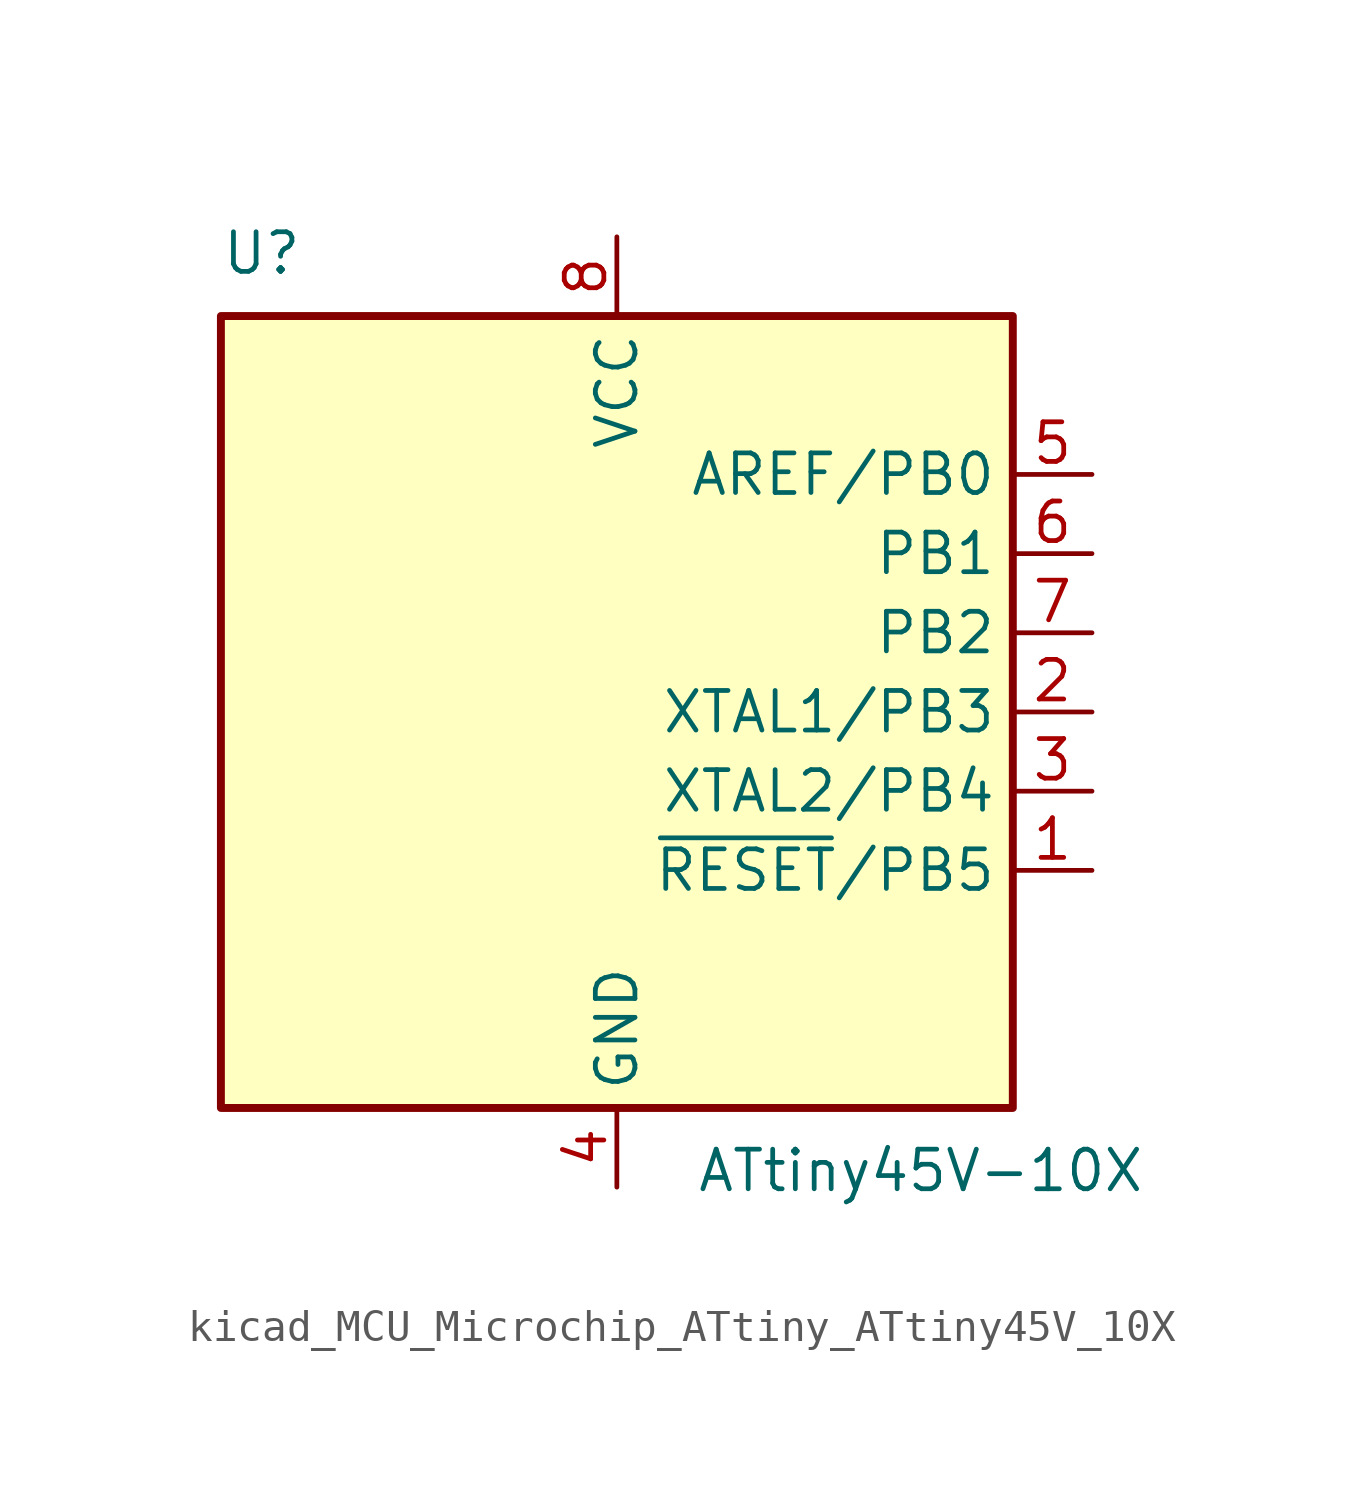
<source format=kicad_sym>
(kicad_symbol_lib
  (version 20220914)
  (generator kicad_symbol_editor)
  (symbol "kicad_MCU_Microchip_ATtiny_ATtiny45V_10X"
    (property "Reference" "U"
      (at -12.7 13.97 0)
      (effects (font (size 1.27 1.27)) (justify left bottom)))
    (property "Value" "ATtiny45V-10X"
      (at 2.54 -13.97 0)
      (effects (font (size 1.27 1.27)) (justify left top)))
    (symbol "kicad_MCU_Microchip_ATtiny_ATtiny45V_10X_0_1"
      (rectangle (start -12.7 -12.7) (end 12.7 12.7) (stroke (width 0.254) (type default)) (fill (type background))))
    (symbol "kicad_MCU_Microchip_ATtiny_ATtiny45V_10X_1_1"
      (pin bidirectional line (at 15.24 -5.08 180) (length 2.54) (name "~{RESET}/PB5" (effects (font (size 1.27 1.27)))) (number "1" (effects (font (size 1.27 1.27)))))
      (pin bidirectional line (at 15.24 0 180) (length 2.54) (name "XTAL1/PB3" (effects (font (size 1.27 1.27)))) (number "2" (effects (font (size 1.27 1.27)))))
      (pin bidirectional line (at 15.24 -2.54 180) (length 2.54) (name "XTAL2/PB4" (effects (font (size 1.27 1.27)))) (number "3" (effects (font (size 1.27 1.27)))))
      (pin power_in line (at 0 -15.24 90) (length 2.54) (name "GND" (effects (font (size 1.27 1.27)))) (number "4" (effects (font (size 1.27 1.27)))))
      (pin bidirectional line (at 15.24 7.62 180) (length 2.54) (name "AREF/PB0" (effects (font (size 1.27 1.27)))) (number "5" (effects (font (size 1.27 1.27)))))
      (pin bidirectional line (at 15.24 5.08 180) (length 2.54) (name "PB1" (effects (font (size 1.27 1.27)))) (number "6" (effects (font (size 1.27 1.27)))))
      (pin bidirectional line (at 15.24 2.54 180) (length 2.54) (name "PB2" (effects (font (size 1.27 1.27)))) (number "7" (effects (font (size 1.27 1.27)))))
      (pin power_in line (at 0 15.24 270) (length 2.54) (name "VCC" (effects (font (size 1.27 1.27)))) (number "8" (effects (font (size 1.27 1.27))))))))
</source>
